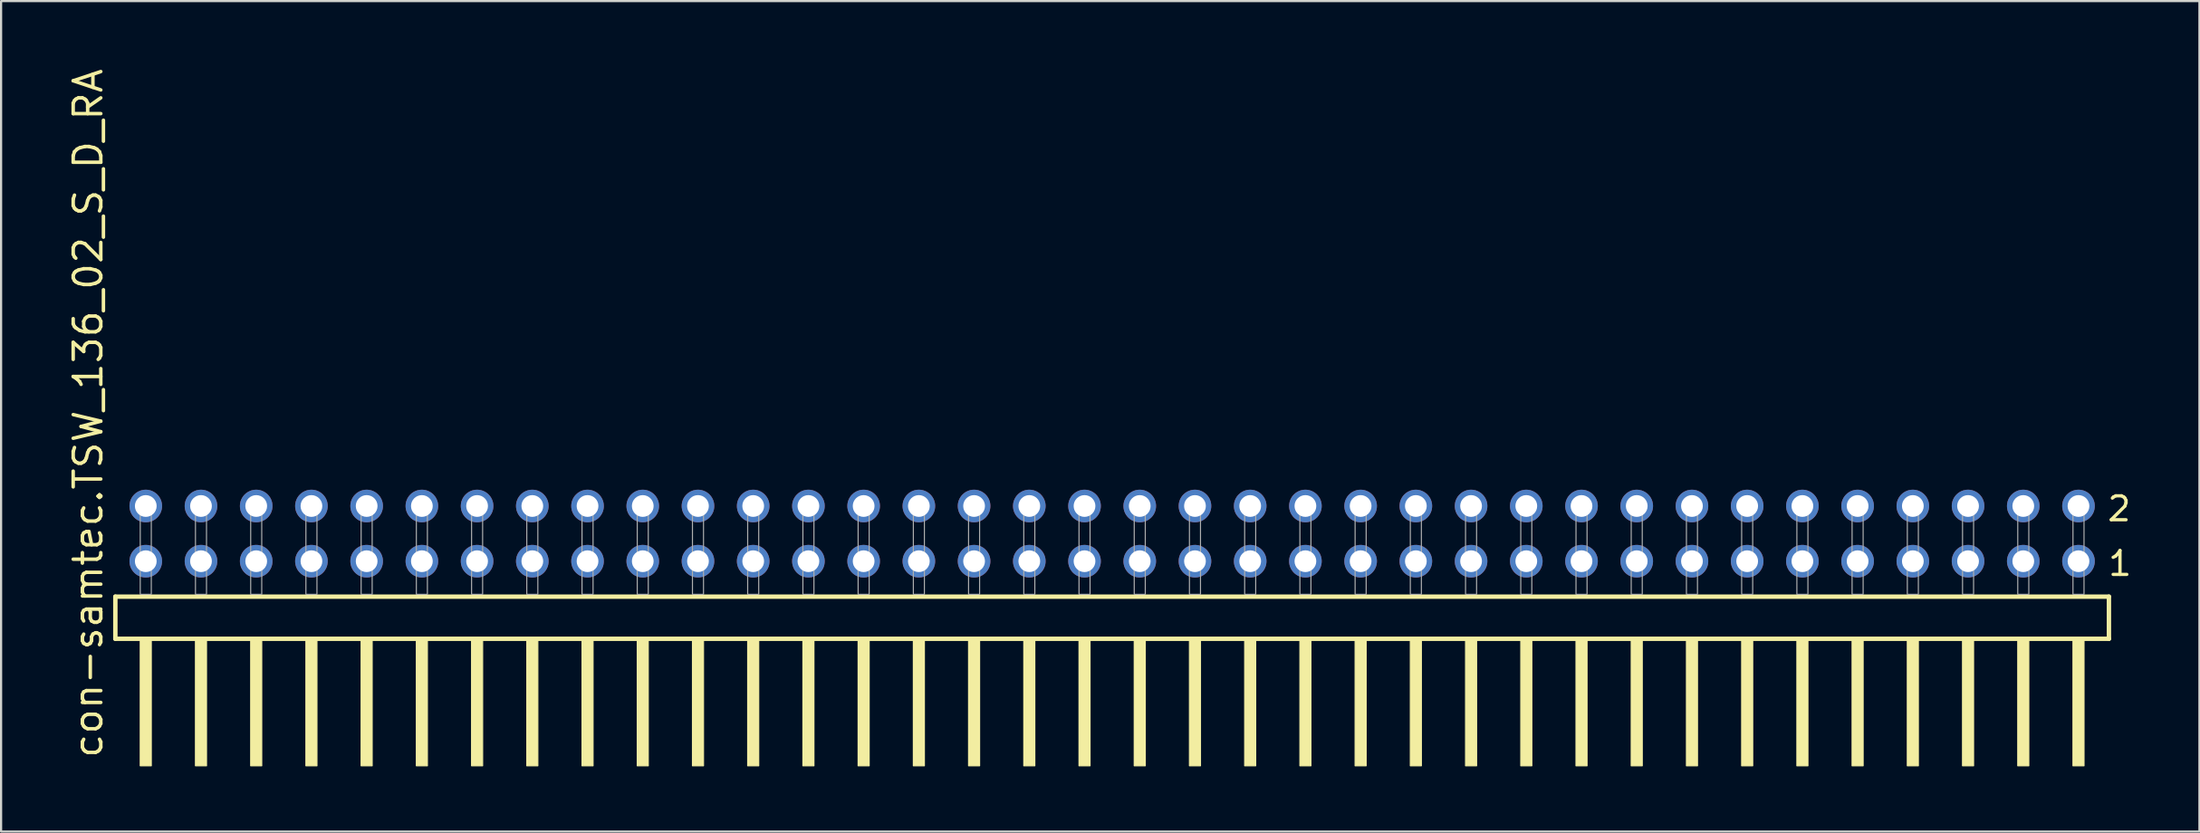
<source format=kicad_pcb>
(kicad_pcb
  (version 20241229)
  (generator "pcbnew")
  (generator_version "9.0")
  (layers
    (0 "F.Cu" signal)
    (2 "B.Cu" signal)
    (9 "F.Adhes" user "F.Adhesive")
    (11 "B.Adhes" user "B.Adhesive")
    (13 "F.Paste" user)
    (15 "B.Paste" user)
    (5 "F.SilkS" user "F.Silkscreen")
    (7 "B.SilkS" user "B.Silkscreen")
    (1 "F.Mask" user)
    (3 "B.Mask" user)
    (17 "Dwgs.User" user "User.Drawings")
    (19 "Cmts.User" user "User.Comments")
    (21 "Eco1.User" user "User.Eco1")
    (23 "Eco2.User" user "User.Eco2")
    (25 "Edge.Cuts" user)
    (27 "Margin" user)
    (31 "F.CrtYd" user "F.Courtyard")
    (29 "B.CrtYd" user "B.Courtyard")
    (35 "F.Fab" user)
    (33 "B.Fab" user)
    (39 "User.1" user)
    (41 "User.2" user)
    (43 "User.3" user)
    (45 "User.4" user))
  (footprint "con-samtec.TSW_136_02_S_D_RA"
    (layer "F.Cu")
    (at 48.105 24.296)
    (property "Reference" "con-samtec.TSW_136_02_S_D_RA" (at -46.355 7.62 90) (layer "F.SilkS") (effects (font (size 1.27 1.27) (thickness 0.16)) (justify left bottom)))
    (attr through_hole)
    (fp_line (start -45.849 0.106) (end -45.849 2.046) (stroke (width 0.203) (type default)) (layer "F.SilkS"))
    (fp_line (start -45.849 2.046) (end 45.849 2.046) (stroke (width 0.203) (type default)) (layer "F.SilkS"))
    (fp_line (start 45.849 0.106) (end -45.849 0.106) (stroke (width 0.203) (type default)) (layer "F.SilkS"))
    (fp_line (start 45.849 2.046) (end 45.849 0.106) (stroke (width 0.203) (type default)) (layer "F.SilkS"))
    (fp_rect (start -44.704 7.89) (end -44.196 2.04) (stroke (width 0.05) (type default)) (fill yes) (layer "F.SilkS"))
    (fp_rect (start -42.164 7.89) (end -41.656 2.04) (stroke (width 0.05) (type default)) (fill yes) (layer "F.SilkS"))
    (fp_rect (start -39.624 7.89) (end -39.116 2.04) (stroke (width 0.05) (type default)) (fill yes) (layer "F.SilkS"))
    (fp_rect (start -37.084 7.89) (end -36.576 2.04) (stroke (width 0.05) (type default)) (fill yes) (layer "F.SilkS"))
    (fp_rect (start -34.544 7.89) (end -34.036 2.04) (stroke (width 0.05) (type default)) (fill yes) (layer "F.SilkS"))
    (fp_rect (start -32.004 7.89) (end -31.496 2.04) (stroke (width 0.05) (type default)) (fill yes) (layer "F.SilkS"))
    (fp_rect (start -29.464 7.89) (end -28.956 2.04) (stroke (width 0.05) (type default)) (fill yes) (layer "F.SilkS"))
    (fp_rect (start -26.924 7.89) (end -26.416 2.04) (stroke (width 0.05) (type default)) (fill yes) (layer "F.SilkS"))
    (fp_rect (start -24.384 7.89) (end -23.876 2.04) (stroke (width 0.05) (type default)) (fill yes) (layer "F.SilkS"))
    (fp_rect (start -21.844 7.89) (end -21.336 2.04) (stroke (width 0.05) (type default)) (fill yes) (layer "F.SilkS"))
    (fp_rect (start -19.304 7.89) (end -18.796 2.04) (stroke (width 0.05) (type default)) (fill yes) (layer "F.SilkS"))
    (fp_rect (start -16.764 7.89) (end -16.256 2.04) (stroke (width 0.05) (type default)) (fill yes) (layer "F.SilkS"))
    (fp_rect (start -14.224 7.89) (end -13.716 2.04) (stroke (width 0.05) (type default)) (fill yes) (layer "F.SilkS"))
    (fp_rect (start -11.684 7.89) (end -11.176 2.04) (stroke (width 0.05) (type default)) (fill yes) (layer "F.SilkS"))
    (fp_rect (start -9.144 7.89) (end -8.636 2.04) (stroke (width 0.05) (type default)) (fill yes) (layer "F.SilkS"))
    (fp_rect (start -6.604 7.89) (end -6.096 2.04) (stroke (width 0.05) (type default)) (fill yes) (layer "F.SilkS"))
    (fp_rect (start -4.064 7.89) (end -3.556 2.04) (stroke (width 0.05) (type default)) (fill yes) (layer "F.SilkS"))
    (fp_rect (start -1.524 7.89) (end -1.016 2.04) (stroke (width 0.05) (type default)) (fill yes) (layer "F.SilkS"))
    (fp_rect (start 1.016 7.89) (end 1.524 2.04) (stroke (width 0.05) (type default)) (fill yes) (layer "F.SilkS"))
    (fp_rect (start 3.556 7.89) (end 4.064 2.04) (stroke (width 0.05) (type default)) (fill yes) (layer "F.SilkS"))
    (fp_rect (start 6.096 7.89) (end 6.604 2.04) (stroke (width 0.05) (type default)) (fill yes) (layer "F.SilkS"))
    (fp_rect (start 8.636 7.89) (end 9.144 2.04) (stroke (width 0.05) (type default)) (fill yes) (layer "F.SilkS"))
    (fp_rect (start 11.176 7.89) (end 11.684 2.04) (stroke (width 0.05) (type default)) (fill yes) (layer "F.SilkS"))
    (fp_rect (start 13.716 7.89) (end 14.224 2.04) (stroke (width 0.05) (type default)) (fill yes) (layer "F.SilkS"))
    (fp_rect (start 16.256 7.89) (end 16.764 2.04) (stroke (width 0.05) (type default)) (fill yes) (layer "F.SilkS"))
    (fp_rect (start 18.796 7.89) (end 19.304 2.04) (stroke (width 0.05) (type default)) (fill yes) (layer "F.SilkS"))
    (fp_rect (start 21.336 7.89) (end 21.844 2.04) (stroke (width 0.05) (type default)) (fill yes) (layer "F.SilkS"))
    (fp_rect (start 23.876 7.89) (end 24.384 2.04) (stroke (width 0.05) (type default)) (fill yes) (layer "F.SilkS"))
    (fp_rect (start 26.416 7.89) (end 26.924 2.04) (stroke (width 0.05) (type default)) (fill yes) (layer "F.SilkS"))
    (fp_rect (start 28.956 7.89) (end 29.464 2.04) (stroke (width 0.05) (type default)) (fill yes) (layer "F.SilkS"))
    (fp_rect (start 31.496 7.89) (end 32.004 2.04) (stroke (width 0.05) (type default)) (fill yes) (layer "F.SilkS"))
    (fp_rect (start 34.036 7.89) (end 34.544 2.04) (stroke (width 0.05) (type default)) (fill yes) (layer "F.SilkS"))
    (fp_rect (start 36.576 7.89) (end 37.084 2.04) (stroke (width 0.05) (type default)) (fill yes) (layer "F.SilkS"))
    (fp_rect (start 39.116 7.89) (end 39.624 2.04) (stroke (width 0.05) (type default)) (fill yes) (layer "F.SilkS"))
    (fp_rect (start 41.656 7.89) (end 42.164 2.04) (stroke (width 0.05) (type default)) (fill yes) (layer "F.SilkS"))
    (fp_rect (start 44.196 7.89) (end 44.704 2.04) (stroke (width 0.05) (type default)) (fill yes) (layer "F.SilkS"))
    (fp_rect (start -44.704 0) (end -44.196 -4.318) (stroke (width 0.05) (type default)) (fill no) (layer "F.Fab"))
    (fp_rect (start -42.164 0) (end -41.656 -4.318) (stroke (width 0.05) (type default)) (fill no) (layer "F.Fab"))
    (fp_rect (start -39.624 0) (end -39.116 -4.318) (stroke (width 0.05) (type default)) (fill no) (layer "F.Fab"))
    (fp_rect (start -37.084 0) (end -36.576 -4.318) (stroke (width 0.05) (type default)) (fill no) (layer "F.Fab"))
    (fp_rect (start -34.544 0) (end -34.036 -4.318) (stroke (width 0.05) (type default)) (fill no) (layer "F.Fab"))
    (fp_rect (start -32.004 0) (end -31.496 -4.318) (stroke (width 0.05) (type default)) (fill no) (layer "F.Fab"))
    (fp_rect (start -29.464 0) (end -28.956 -4.318) (stroke (width 0.05) (type default)) (fill no) (layer "F.Fab"))
    (fp_rect (start -26.924 0) (end -26.416 -4.318) (stroke (width 0.05) (type default)) (fill no) (layer "F.Fab"))
    (fp_rect (start -24.384 0) (end -23.876 -4.318) (stroke (width 0.05) (type default)) (fill no) (layer "F.Fab"))
    (fp_rect (start -21.844 0) (end -21.336 -4.318) (stroke (width 0.05) (type default)) (fill no) (layer "F.Fab"))
    (fp_rect (start -19.304 0) (end -18.796 -4.318) (stroke (width 0.05) (type default)) (fill no) (layer "F.Fab"))
    (fp_rect (start -16.764 0) (end -16.256 -4.318) (stroke (width 0.05) (type default)) (fill no) (layer "F.Fab"))
    (fp_rect (start -14.224 0) (end -13.716 -4.318) (stroke (width 0.05) (type default)) (fill no) (layer "F.Fab"))
    (fp_rect (start -11.684 0) (end -11.176 -4.318) (stroke (width 0.05) (type default)) (fill no) (layer "F.Fab"))
    (fp_rect (start -9.144 0) (end -8.636 -4.318) (stroke (width 0.05) (type default)) (fill no) (layer "F.Fab"))
    (fp_rect (start -6.604 0) (end -6.096 -4.318) (stroke (width 0.05) (type default)) (fill no) (layer "F.Fab"))
    (fp_rect (start -4.064 0) (end -3.556 -4.318) (stroke (width 0.05) (type default)) (fill no) (layer "F.Fab"))
    (fp_rect (start -1.524 0) (end -1.016 -4.318) (stroke (width 0.05) (type default)) (fill no) (layer "F.Fab"))
    (fp_rect (start 1.016 0) (end 1.524 -4.318) (stroke (width 0.05) (type default)) (fill no) (layer "F.Fab"))
    (fp_rect (start 3.556 0) (end 4.064 -4.318) (stroke (width 0.05) (type default)) (fill no) (layer "F.Fab"))
    (fp_rect (start 6.096 0) (end 6.604 -4.318) (stroke (width 0.05) (type default)) (fill no) (layer "F.Fab"))
    (fp_rect (start 8.636 0) (end 9.144 -4.318) (stroke (width 0.05) (type default)) (fill no) (layer "F.Fab"))
    (fp_rect (start 11.176 0) (end 11.684 -4.318) (stroke (width 0.05) (type default)) (fill no) (layer "F.Fab"))
    (fp_rect (start 13.716 0) (end 14.224 -4.318) (stroke (width 0.05) (type default)) (fill no) (layer "F.Fab"))
    (fp_rect (start 16.256 0) (end 16.764 -4.318) (stroke (width 0.05) (type default)) (fill no) (layer "F.Fab"))
    (fp_rect (start 18.796 0) (end 19.304 -4.318) (stroke (width 0.05) (type default)) (fill no) (layer "F.Fab"))
    (fp_rect (start 21.336 0) (end 21.844 -4.318) (stroke (width 0.05) (type default)) (fill no) (layer "F.Fab"))
    (fp_rect (start 23.876 0) (end 24.384 -4.318) (stroke (width 0.05) (type default)) (fill no) (layer "F.Fab"))
    (fp_rect (start 26.416 0) (end 26.924 -4.318) (stroke (width 0.05) (type default)) (fill no) (layer "F.Fab"))
    (fp_rect (start 28.956 0) (end 29.464 -4.318) (stroke (width 0.05) (type default)) (fill no) (layer "F.Fab"))
    (fp_rect (start 31.496 0) (end 32.004 -4.318) (stroke (width 0.05) (type default)) (fill no) (layer "F.Fab"))
    (fp_rect (start 34.036 0) (end 34.544 -4.318) (stroke (width 0.05) (type default)) (fill no) (layer "F.Fab"))
    (fp_rect (start 36.576 0) (end 37.084 -4.318) (stroke (width 0.05) (type default)) (fill no) (layer "F.Fab"))
    (fp_rect (start 39.116 0) (end 39.624 -4.318) (stroke (width 0.05) (type default)) (fill no) (layer "F.Fab"))
    (fp_rect (start 41.656 0) (end 42.164 -4.318) (stroke (width 0.05) (type default)) (fill no) (layer "F.Fab"))
    (fp_rect (start 44.196 0) (end 44.704 -4.318) (stroke (width 0.05) (type default)) (fill no) (layer "F.Fab"))
    (fp_text user "1" (at 45.735 -0.775 0) (layer "F.SilkS") (effects (font (size 1.1 1.1) (thickness 0.15)) (justify left bottom)))
    (fp_text user "2" (at 45.7 -3.29 0) (layer "F.SilkS") (effects (font (size 1.1 1.1) (thickness 0.15)) (justify left bottom)))
    (pad "1" thru_hole circle (at 44.45 -1.524 180) (size 1.5 1.5) (drill 1) (layers "*.Cu" "*.Mask"))
    (pad "2" thru_hole circle (at 44.45 -4.064 180) (size 1.5 1.5) (drill 1) (layers "*.Cu" "*.Mask"))
    (pad "3" thru_hole circle (at 41.91 -1.524 180) (size 1.5 1.5) (drill 1) (layers "*.Cu" "*.Mask"))
    (pad "4" thru_hole circle (at 41.91 -4.064 180) (size 1.5 1.5) (drill 1) (layers "*.Cu" "*.Mask"))
    (pad "5" thru_hole circle (at 39.37 -1.524 180) (size 1.5 1.5) (drill 1) (layers "*.Cu" "*.Mask"))
    (pad "6" thru_hole circle (at 39.37 -4.064 180) (size 1.5 1.5) (drill 1) (layers "*.Cu" "*.Mask"))
    (pad "7" thru_hole circle (at 36.83 -1.524 180) (size 1.5 1.5) (drill 1) (layers "*.Cu" "*.Mask"))
    (pad "8" thru_hole circle (at 36.83 -4.064 180) (size 1.5 1.5) (drill 1) (layers "*.Cu" "*.Mask"))
    (pad "9" thru_hole circle (at 34.29 -1.524 180) (size 1.5 1.5) (drill 1) (layers "*.Cu" "*.Mask"))
    (pad "10" thru_hole circle (at 34.29 -4.064 180) (size 1.5 1.5) (drill 1) (layers "*.Cu" "*.Mask"))
    (pad "11" thru_hole circle (at 31.75 -1.524 180) (size 1.5 1.5) (drill 1) (layers "*.Cu" "*.Mask"))
    (pad "12" thru_hole circle (at 31.75 -4.064 180) (size 1.5 1.5) (drill 1) (layers "*.Cu" "*.Mask"))
    (pad "13" thru_hole circle (at 29.21 -1.524 180) (size 1.5 1.5) (drill 1) (layers "*.Cu" "*.Mask"))
    (pad "14" thru_hole circle (at 29.21 -4.064 180) (size 1.5 1.5) (drill 1) (layers "*.Cu" "*.Mask"))
    (pad "15" thru_hole circle (at 26.67 -1.524 180) (size 1.5 1.5) (drill 1) (layers "*.Cu" "*.Mask"))
    (pad "16" thru_hole circle (at 26.67 -4.064 180) (size 1.5 1.5) (drill 1) (layers "*.Cu" "*.Mask"))
    (pad "17" thru_hole circle (at 24.13 -1.524 180) (size 1.5 1.5) (drill 1) (layers "*.Cu" "*.Mask"))
    (pad "18" thru_hole circle (at 24.13 -4.064 180) (size 1.5 1.5) (drill 1) (layers "*.Cu" "*.Mask"))
    (pad "19" thru_hole circle (at 21.59 -1.524 180) (size 1.5 1.5) (drill 1) (layers "*.Cu" "*.Mask"))
    (pad "20" thru_hole circle (at 21.59 -4.064 180) (size 1.5 1.5) (drill 1) (layers "*.Cu" "*.Mask"))
    (pad "21" thru_hole circle (at 19.05 -1.524 180) (size 1.5 1.5) (drill 1) (layers "*.Cu" "*.Mask"))
    (pad "22" thru_hole circle (at 19.05 -4.064 180) (size 1.5 1.5) (drill 1) (layers "*.Cu" "*.Mask"))
    (pad "23" thru_hole circle (at 16.51 -1.524 180) (size 1.5 1.5) (drill 1) (layers "*.Cu" "*.Mask"))
    (pad "24" thru_hole circle (at 16.51 -4.064 180) (size 1.5 1.5) (drill 1) (layers "*.Cu" "*.Mask"))
    (pad "25" thru_hole circle (at 13.97 -1.524 180) (size 1.5 1.5) (drill 1) (layers "*.Cu" "*.Mask"))
    (pad "26" thru_hole circle (at 13.97 -4.064 180) (size 1.5 1.5) (drill 1) (layers "*.Cu" "*.Mask"))
    (pad "27" thru_hole circle (at 11.43 -1.524 180) (size 1.5 1.5) (drill 1) (layers "*.Cu" "*.Mask"))
    (pad "28" thru_hole circle (at 11.43 -4.064 180) (size 1.5 1.5) (drill 1) (layers "*.Cu" "*.Mask"))
    (pad "29" thru_hole circle (at 8.89 -1.524 180) (size 1.5 1.5) (drill 1) (layers "*.Cu" "*.Mask"))
    (pad "30" thru_hole circle (at 8.89 -4.064 180) (size 1.5 1.5) (drill 1) (layers "*.Cu" "*.Mask"))
    (pad "31" thru_hole circle (at 6.35 -1.524 180) (size 1.5 1.5) (drill 1) (layers "*.Cu" "*.Mask"))
    (pad "32" thru_hole circle (at 6.35 -4.064 180) (size 1.5 1.5) (drill 1) (layers "*.Cu" "*.Mask"))
    (pad "33" thru_hole circle (at 3.81 -1.524 180) (size 1.5 1.5) (drill 1) (layers "*.Cu" "*.Mask"))
    (pad "34" thru_hole circle (at 3.81 -4.064 180) (size 1.5 1.5) (drill 1) (layers "*.Cu" "*.Mask"))
    (pad "35" thru_hole circle (at 1.27 -1.524 180) (size 1.5 1.5) (drill 1) (layers "*.Cu" "*.Mask"))
    (pad "36" thru_hole circle (at 1.27 -4.064 180) (size 1.5 1.5) (drill 1) (layers "*.Cu" "*.Mask"))
    (pad "37" thru_hole circle (at -1.27 -1.524 180) (size 1.5 1.5) (drill 1) (layers "*.Cu" "*.Mask"))
    (pad "38" thru_hole circle (at -1.27 -4.064 180) (size 1.5 1.5) (drill 1) (layers "*.Cu" "*.Mask"))
    (pad "39" thru_hole circle (at -3.81 -1.524 180) (size 1.5 1.5) (drill 1) (layers "*.Cu" "*.Mask"))
    (pad "40" thru_hole circle (at -3.81 -4.064 180) (size 1.5 1.5) (drill 1) (layers "*.Cu" "*.Mask"))
    (pad "41" thru_hole circle (at -6.35 -1.524 180) (size 1.5 1.5) (drill 1) (layers "*.Cu" "*.Mask"))
    (pad "42" thru_hole circle (at -6.35 -4.064 180) (size 1.5 1.5) (drill 1) (layers "*.Cu" "*.Mask"))
    (pad "43" thru_hole circle (at -8.89 -1.524 180) (size 1.5 1.5) (drill 1) (layers "*.Cu" "*.Mask"))
    (pad "44" thru_hole circle (at -8.89 -4.064 180) (size 1.5 1.5) (drill 1) (layers "*.Cu" "*.Mask"))
    (pad "45" thru_hole circle (at -11.43 -1.524 180) (size 1.5 1.5) (drill 1) (layers "*.Cu" "*.Mask"))
    (pad "46" thru_hole circle (at -11.43 -4.064 180) (size 1.5 1.5) (drill 1) (layers "*.Cu" "*.Mask"))
    (pad "47" thru_hole circle (at -13.97 -1.524 180) (size 1.5 1.5) (drill 1) (layers "*.Cu" "*.Mask"))
    (pad "48" thru_hole circle (at -13.97 -4.064 180) (size 1.5 1.5) (drill 1) (layers "*.Cu" "*.Mask"))
    (pad "49" thru_hole circle (at -16.51 -1.524 180) (size 1.5 1.5) (drill 1) (layers "*.Cu" "*.Mask"))
    (pad "50" thru_hole circle (at -16.51 -4.064 180) (size 1.5 1.5) (drill 1) (layers "*.Cu" "*.Mask"))
    (pad "51" thru_hole circle (at -19.05 -1.524 180) (size 1.5 1.5) (drill 1) (layers "*.Cu" "*.Mask"))
    (pad "52" thru_hole circle (at -19.05 -4.064 180) (size 1.5 1.5) (drill 1) (layers "*.Cu" "*.Mask"))
    (pad "53" thru_hole circle (at -21.59 -1.524 180) (size 1.5 1.5) (drill 1) (layers "*.Cu" "*.Mask"))
    (pad "54" thru_hole circle (at -21.59 -4.064 180) (size 1.5 1.5) (drill 1) (layers "*.Cu" "*.Mask"))
    (pad "55" thru_hole circle (at -24.13 -1.524 180) (size 1.5 1.5) (drill 1) (layers "*.Cu" "*.Mask"))
    (pad "56" thru_hole circle (at -24.13 -4.064 180) (size 1.5 1.5) (drill 1) (layers "*.Cu" "*.Mask"))
    (pad "57" thru_hole circle (at -26.67 -1.524 180) (size 1.5 1.5) (drill 1) (layers "*.Cu" "*.Mask"))
    (pad "58" thru_hole circle (at -26.67 -4.064 180) (size 1.5 1.5) (drill 1) (layers "*.Cu" "*.Mask"))
    (pad "59" thru_hole circle (at -29.21 -1.524 180) (size 1.5 1.5) (drill 1) (layers "*.Cu" "*.Mask"))
    (pad "60" thru_hole circle (at -29.21 -4.064 180) (size 1.5 1.5) (drill 1) (layers "*.Cu" "*.Mask"))
    (pad "61" thru_hole circle (at -31.75 -1.524 180) (size 1.5 1.5) (drill 1) (layers "*.Cu" "*.Mask"))
    (pad "62" thru_hole circle (at -31.75 -4.064 180) (size 1.5 1.5) (drill 1) (layers "*.Cu" "*.Mask"))
    (pad "63" thru_hole circle (at -34.29 -1.524 180) (size 1.5 1.5) (drill 1) (layers "*.Cu" "*.Mask"))
    (pad "64" thru_hole circle (at -34.29 -4.064 180) (size 1.5 1.5) (drill 1) (layers "*.Cu" "*.Mask"))
    (pad "65" thru_hole circle (at -36.83 -1.524 180) (size 1.5 1.5) (drill 1) (layers "*.Cu" "*.Mask"))
    (pad "66" thru_hole circle (at -36.83 -4.064 180) (size 1.5 1.5) (drill 1) (layers "*.Cu" "*.Mask"))
    (pad "67" thru_hole circle (at -39.37 -1.524 180) (size 1.5 1.5) (drill 1) (layers "*.Cu" "*.Mask"))
    (pad "68" thru_hole circle (at -39.37 -4.064 180) (size 1.5 1.5) (drill 1) (layers "*.Cu" "*.Mask"))
    (pad "69" thru_hole circle (at -41.91 -1.524 180) (size 1.5 1.5) (drill 1) (layers "*.Cu" "*.Mask"))
    (pad "70" thru_hole circle (at -41.91 -4.064 180) (size 1.5 1.5) (drill 1) (layers "*.Cu" "*.Mask"))
    (pad "71" thru_hole circle (at -44.45 -1.524 180) (size 1.5 1.5) (drill 1) (layers "*.Cu" "*.Mask"))
    (pad "72" thru_hole circle (at -44.45 -4.064 180) (size 1.5 1.5) (drill 1) (layers "*.Cu" "*.Mask")))
  (gr_rect
    (start -3 -3)
    (end 98.118 35.211)
    (stroke (width 0.1) (type default))
    (fill no)
    (layer "Edge.Cuts")))
</source>
